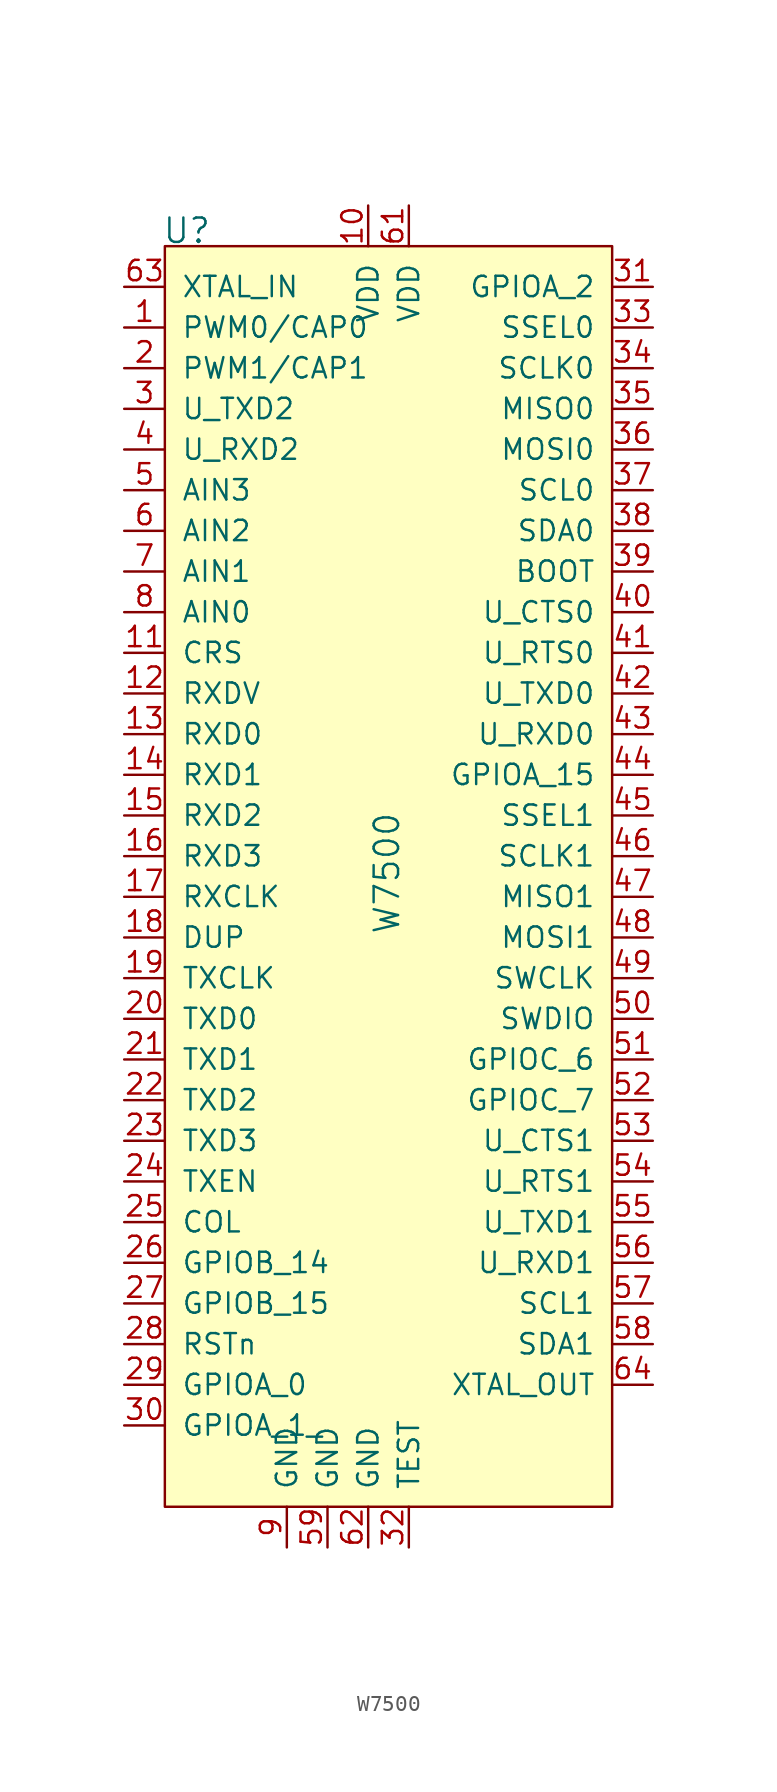
<source format=kicad_sym>
(kicad_symbol_lib
  (version 20231120)
  (generator "kicad_symbol_editor")
  (generator_version "8.0")
  (symbol "W7500"
    (pin_names
      (offset 1.016))
    (property "Reference" "U"
      (at -12.878 31.445 0)
      (effects (font (size 1.524 1.524)) (justify left)))
    (property "Value" "W7500"
      (at 1.168 -8.687 90)
      (effects (font (size 1.524 1.524))))
    (symbol "W7500_0_1"
      (rectangle (start -12.7 30.48) (end 15.24 -48.26) (stroke (width 0) (type default)) (fill (type background))))
    (symbol "W7500_1_1"
      (pin bidirectional line (at -15.24 25.4 0) (length 2.54) (name "PWM0/CAP0" (effects (font (size 1.27 1.27)))) (number "1" (effects (font (size 1.27 1.27)))))
      (pin power_in line (at 0 33.02 270) (length 2.54) (name "VDD" (effects (font (size 1.27 1.27)))) (number "10" (effects (font (size 1.27 1.27)))))
      (pin bidirectional line (at -15.24 5.08 0) (length 2.54) (name "CRS" (effects (font (size 1.27 1.27)))) (number "11" (effects (font (size 1.27 1.27)))))
      (pin bidirectional line (at -15.24 2.54 0) (length 2.54) (name "RXDV" (effects (font (size 1.27 1.27)))) (number "12" (effects (font (size 1.27 1.27)))))
      (pin bidirectional line (at -15.24 0 0) (length 2.54) (name "RXD0" (effects (font (size 1.27 1.27)))) (number "13" (effects (font (size 1.27 1.27)))))
      (pin bidirectional line (at -15.24 -2.54 0) (length 2.54) (name "RXD1" (effects (font (size 1.27 1.27)))) (number "14" (effects (font (size 1.27 1.27)))))
      (pin bidirectional line (at -15.24 -5.08 0) (length 2.54) (name "RXD2" (effects (font (size 1.27 1.27)))) (number "15" (effects (font (size 1.27 1.27)))))
      (pin bidirectional line (at -15.24 -7.62 0) (length 2.54) (name "RXD3" (effects (font (size 1.27 1.27)))) (number "16" (effects (font (size 1.27 1.27)))))
      (pin bidirectional line (at -15.24 -10.16 0) (length 2.54) (name "RXCLK" (effects (font (size 1.27 1.27)))) (number "17" (effects (font (size 1.27 1.27)))))
      (pin bidirectional line (at -15.24 -12.7 0) (length 2.54) (name "DUP" (effects (font (size 1.27 1.27)))) (number "18" (effects (font (size 1.27 1.27)))))
      (pin bidirectional line (at -15.24 -15.24 0) (length 2.54) (name "TXCLK" (effects (font (size 1.27 1.27)))) (number "19" (effects (font (size 1.27 1.27)))))
      (pin bidirectional line (at -15.24 22.86 0) (length 2.54) (name "PWM1/CAP1" (effects (font (size 1.27 1.27)))) (number "2" (effects (font (size 1.27 1.27)))))
      (pin bidirectional line (at -15.24 -17.78 0) (length 2.54) (name "TXD0" (effects (font (size 1.27 1.27)))) (number "20" (effects (font (size 1.27 1.27)))))
      (pin bidirectional line (at -15.24 -20.32 0) (length 2.54) (name "TXD1" (effects (font (size 1.27 1.27)))) (number "21" (effects (font (size 1.27 1.27)))))
      (pin bidirectional line (at -15.24 -22.86 0) (length 2.54) (name "TXD2" (effects (font (size 1.27 1.27)))) (number "22" (effects (font (size 1.27 1.27)))))
      (pin bidirectional line (at -15.24 -25.4 0) (length 2.54) (name "TXD3" (effects (font (size 1.27 1.27)))) (number "23" (effects (font (size 1.27 1.27)))))
      (pin bidirectional line (at -15.24 -27.94 0) (length 2.54) (name "TXEN" (effects (font (size 1.27 1.27)))) (number "24" (effects (font (size 1.27 1.27)))))
      (pin bidirectional line (at -15.24 -30.48 0) (length 2.54) (name "COL" (effects (font (size 1.27 1.27)))) (number "25" (effects (font (size 1.27 1.27)))))
      (pin bidirectional line (at -15.24 -33.02 0) (length 2.54) (name "GPIOB_14" (effects (font (size 1.27 1.27)))) (number "26" (effects (font (size 1.27 1.27)))))
      (pin bidirectional line (at -15.24 -35.56 0) (length 2.54) (name "GPIOB_15" (effects (font (size 1.27 1.27)))) (number "27" (effects (font (size 1.27 1.27)))))
      (pin input line (at -15.24 -38.1 0) (length 2.54) (name "RSTn" (effects (font (size 1.27 1.27)))) (number "28" (effects (font (size 1.27 1.27)))))
      (pin bidirectional line (at -15.24 -40.64 0) (length 2.54) (name "GPIOA_0" (effects (font (size 1.27 1.27)))) (number "29" (effects (font (size 1.27 1.27)))))
      (pin bidirectional line (at -15.24 20.32 0) (length 2.54) (name "U_TXD2" (effects (font (size 1.27 1.27)))) (number "3" (effects (font (size 1.27 1.27)))))
      (pin bidirectional line (at -15.24 -43.18 0) (length 2.54) (name "GPIOA_1_" (effects (font (size 1.27 1.27)))) (number "30" (effects (font (size 1.27 1.27)))))
      (pin bidirectional line (at 17.78 27.94 180) (length 2.54) (name "GPIOA_2" (effects (font (size 1.27 1.27)))) (number "31" (effects (font (size 1.27 1.27)))))
      (pin bidirectional line (at 2.54 -50.8 90) (length 2.54) (name "TEST" (effects (font (size 1.27 1.27)))) (number "32" (effects (font (size 1.27 1.27)))))
      (pin bidirectional line (at 17.78 25.4 180) (length 2.54) (name "SSEL0" (effects (font (size 1.27 1.27)))) (number "33" (effects (font (size 1.27 1.27)))))
      (pin bidirectional line (at 17.78 22.86 180) (length 2.54) (name "SCLK0" (effects (font (size 1.27 1.27)))) (number "34" (effects (font (size 1.27 1.27)))))
      (pin bidirectional line (at 17.78 20.32 180) (length 2.54) (name "MISO0" (effects (font (size 1.27 1.27)))) (number "35" (effects (font (size 1.27 1.27)))))
      (pin bidirectional line (at 17.78 17.78 180) (length 2.54) (name "MOSI0" (effects (font (size 1.27 1.27)))) (number "36" (effects (font (size 1.27 1.27)))))
      (pin bidirectional line (at 17.78 15.24 180) (length 2.54) (name "SCL0" (effects (font (size 1.27 1.27)))) (number "37" (effects (font (size 1.27 1.27)))))
      (pin bidirectional line (at 17.78 12.7 180) (length 2.54) (name "SDA0" (effects (font (size 1.27 1.27)))) (number "38" (effects (font (size 1.27 1.27)))))
      (pin bidirectional line (at 17.78 10.16 180) (length 2.54) (name "BOOT" (effects (font (size 1.27 1.27)))) (number "39" (effects (font (size 1.27 1.27)))))
      (pin bidirectional line (at -15.24 17.78 0) (length 2.54) (name "U_RXD2" (effects (font (size 1.27 1.27)))) (number "4" (effects (font (size 1.27 1.27)))))
      (pin bidirectional line (at 17.78 7.62 180) (length 2.54) (name "U_CTS0" (effects (font (size 1.27 1.27)))) (number "40" (effects (font (size 1.27 1.27)))))
      (pin bidirectional line (at 17.78 5.08 180) (length 2.54) (name "U_RTS0" (effects (font (size 1.27 1.27)))) (number "41" (effects (font (size 1.27 1.27)))))
      (pin bidirectional line (at 17.78 2.54 180) (length 2.54) (name "U_TXD0" (effects (font (size 1.27 1.27)))) (number "42" (effects (font (size 1.27 1.27)))))
      (pin bidirectional line (at 17.78 0 180) (length 2.54) (name "U_RXD0" (effects (font (size 1.27 1.27)))) (number "43" (effects (font (size 1.27 1.27)))))
      (pin bidirectional line (at 17.78 -2.54 180) (length 2.54) (name "GPIOA_15" (effects (font (size 1.27 1.27)))) (number "44" (effects (font (size 1.27 1.27)))))
      (pin bidirectional line (at 17.78 -5.08 180) (length 2.54) (name "SSEL1" (effects (font (size 1.27 1.27)))) (number "45" (effects (font (size 1.27 1.27)))))
      (pin bidirectional line (at 17.78 -7.62 180) (length 2.54) (name "SCLK1" (effects (font (size 1.27 1.27)))) (number "46" (effects (font (size 1.27 1.27)))))
      (pin bidirectional line (at 17.78 -10.16 180) (length 2.54) (name "MISO1" (effects (font (size 1.27 1.27)))) (number "47" (effects (font (size 1.27 1.27)))))
      (pin bidirectional line (at 17.78 -12.7 180) (length 2.54) (name "MOSI1" (effects (font (size 1.27 1.27)))) (number "48" (effects (font (size 1.27 1.27)))))
      (pin bidirectional line (at 17.78 -15.24 180) (length 2.54) (name "SWCLK" (effects (font (size 1.27 1.27)))) (number "49" (effects (font (size 1.27 1.27)))))
      (pin bidirectional line (at -15.24 15.24 0) (length 2.54) (name "AIN3" (effects (font (size 1.27 1.27)))) (number "5" (effects (font (size 1.27 1.27)))))
      (pin bidirectional line (at 17.78 -17.78 180) (length 2.54) (name "SWDIO" (effects (font (size 1.27 1.27)))) (number "50" (effects (font (size 1.27 1.27)))))
      (pin bidirectional line (at 17.78 -20.32 180) (length 2.54) (name "GPIOC_6" (effects (font (size 1.27 1.27)))) (number "51" (effects (font (size 1.27 1.27)))))
      (pin bidirectional line (at 17.78 -22.86 180) (length 2.54) (name "GPIOC_7" (effects (font (size 1.27 1.27)))) (number "52" (effects (font (size 1.27 1.27)))))
      (pin bidirectional line (at 17.78 -25.4 180) (length 2.54) (name "U_CTS1" (effects (font (size 1.27 1.27)))) (number "53" (effects (font (size 1.27 1.27)))))
      (pin bidirectional line (at 17.78 -27.94 180) (length 2.54) (name "U_RTS1" (effects (font (size 1.27 1.27)))) (number "54" (effects (font (size 1.27 1.27)))))
      (pin bidirectional line (at 17.78 -30.48 180) (length 2.54) (name "U_TXD1" (effects (font (size 1.27 1.27)))) (number "55" (effects (font (size 1.27 1.27)))))
      (pin bidirectional line (at 17.78 -33.02 180) (length 2.54) (name "U_RXD1" (effects (font (size 1.27 1.27)))) (number "56" (effects (font (size 1.27 1.27)))))
      (pin bidirectional line (at 17.78 -35.56 180) (length 2.54) (name "SCL1" (effects (font (size 1.27 1.27)))) (number "57" (effects (font (size 1.27 1.27)))))
      (pin bidirectional line (at 17.78 -38.1 180) (length 2.54) (name "SDA1" (effects (font (size 1.27 1.27)))) (number "58" (effects (font (size 1.27 1.27)))))
      (pin power_in line (at -2.54 -50.8 90) (length 2.54) (name "GND" (effects (font (size 1.27 1.27)))) (number "59" (effects (font (size 1.27 1.27)))))
      (pin bidirectional line (at -15.24 12.7 0) (length 2.54) (name "AIN2" (effects (font (size 1.27 1.27)))) (number "6" (effects (font (size 1.27 1.27)))))
      (pin no_connect line (at 15.24 -43.18 180) (length 2.54) hide (name "NC" (effects (font (size 1.27 1.27)))) (number "60" (effects (font (size 1.27 1.27)))))
      (pin power_in line (at 2.54 33.02 270) (length 2.54) (name "VDD" (effects (font (size 1.27 1.27)))) (number "61" (effects (font (size 1.27 1.27)))))
      (pin power_in line (at 0 -50.8 90) (length 2.54) (name "GND" (effects (font (size 1.27 1.27)))) (number "62" (effects (font (size 1.27 1.27)))))
      (pin input line (at -15.24 27.94 0) (length 2.54) (name "XTAL_IN" (effects (font (size 1.27 1.27)))) (number "63" (effects (font (size 1.27 1.27)))))
      (pin output line (at 17.78 -40.64 180) (length 2.54) (name "XTAL_OUT" (effects (font (size 1.27 1.27)))) (number "64" (effects (font (size 1.27 1.27)))))
      (pin bidirectional line (at -15.24 10.16 0) (length 2.54) (name "AIN1" (effects (font (size 1.27 1.27)))) (number "7" (effects (font (size 1.27 1.27)))))
      (pin bidirectional line (at -15.24 7.62 0) (length 2.54) (name "AIN0" (effects (font (size 1.27 1.27)))) (number "8" (effects (font (size 1.27 1.27)))))
      (pin power_in line (at -5.08 -50.8 90) (length 2.54) (name "GND" (effects (font (size 1.27 1.27)))) (number "9" (effects (font (size 1.27 1.27))))))))
</source>
